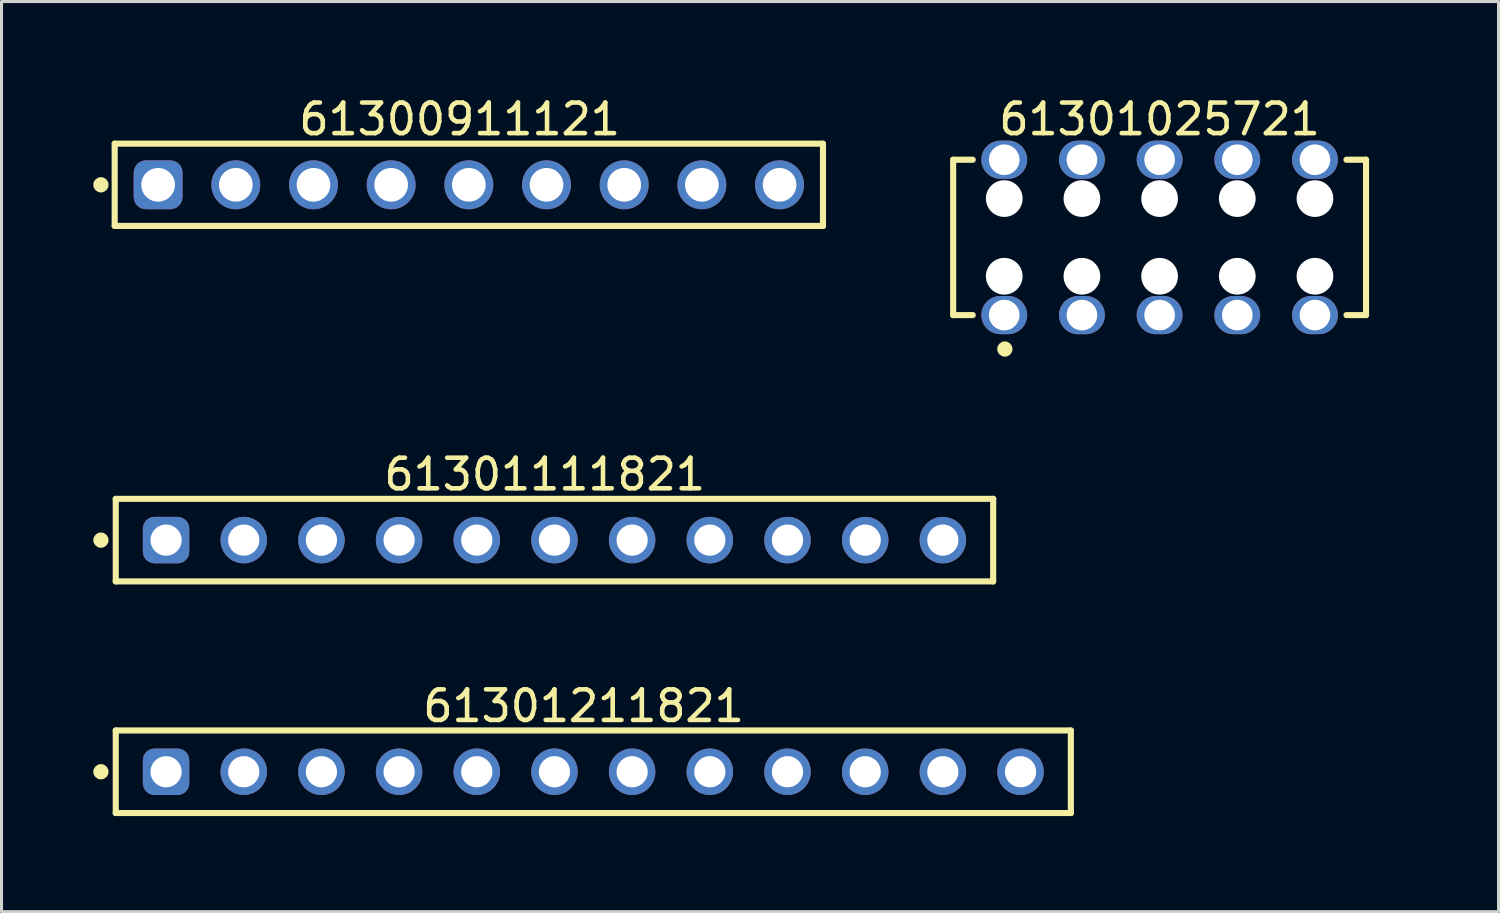
<source format=kicad_pcb>
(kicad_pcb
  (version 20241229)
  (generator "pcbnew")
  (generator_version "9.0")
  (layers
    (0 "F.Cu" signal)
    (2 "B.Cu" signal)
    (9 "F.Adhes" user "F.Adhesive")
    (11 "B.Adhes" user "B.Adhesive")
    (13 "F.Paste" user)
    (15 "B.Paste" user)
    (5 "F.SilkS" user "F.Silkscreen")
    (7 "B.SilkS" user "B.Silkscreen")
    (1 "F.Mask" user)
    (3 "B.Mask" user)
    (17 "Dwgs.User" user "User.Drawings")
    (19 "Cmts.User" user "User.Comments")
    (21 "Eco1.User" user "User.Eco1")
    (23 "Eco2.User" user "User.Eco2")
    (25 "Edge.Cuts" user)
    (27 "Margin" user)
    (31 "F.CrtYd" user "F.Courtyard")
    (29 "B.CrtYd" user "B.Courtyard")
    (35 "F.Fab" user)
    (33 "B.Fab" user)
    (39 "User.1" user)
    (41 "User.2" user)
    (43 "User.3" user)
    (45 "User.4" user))
  (footprint "61301025721"
    (layer "F.Cu")
    (at 34.867 4.713)
    (property "Reference" "61301025721" (at 0 -3.865 0) (layer "F.SilkS") (effects (font (size 1 1) (thickness 0.15))))
    (fp_line (start -6.75 -2.54) (end -6.11 -2.54) (stroke (width 0.2) (type solid)) (layer "F.SilkS"))
    (fp_line (start -6.75 2.54) (end -6.75 -2.54) (stroke (width 0.2) (type solid)) (layer "F.SilkS"))
    (fp_line (start -6.75 2.54) (end -6.11 2.54) (stroke (width 0.2) (type solid)) (layer "F.SilkS"))
    (fp_line (start 6.11 -2.54) (end 6.75 -2.54) (stroke (width 0.2) (type solid)) (layer "F.SilkS"))
    (fp_line (start 6.11 2.54) (end 6.75 2.54) (stroke (width 0.2) (type solid)) (layer "F.SilkS"))
    (fp_line (start 6.75 2.54) (end 6.75 -2.54) (stroke (width 0.2) (type solid)) (layer "F.SilkS"))
    (fp_circle (center -5.06 3.65) (end -5.06 3.525) (stroke (width 0.25) (type solid)) (fill no) (layer "F.SilkS"))
    (fp_line (start -6.95 -3.365) (end 6.95 -3.365) (stroke (width 0.05) (type solid)) (layer "Eco2.User"))
    (fp_line (start -6.95 3.365) (end -6.95 -3.365) (stroke (width 0.05) (type solid)) (layer "Eco2.User"))
    (fp_line (start -6.95 3.365) (end 6.95 3.365) (stroke (width 0.05) (type solid)) (layer "Eco2.User"))
    (fp_line (start -6.65 -2.54) (end 6.65 -2.54) (stroke (width 0.1) (type solid)) (layer "Eco2.User"))
    (fp_line (start -6.65 2.54) (end -6.65 -2.54) (stroke (width 0.1) (type solid)) (layer "Eco2.User"))
    (fp_line (start -6.65 2.54) (end 6.65 2.54) (stroke (width 0.1) (type solid)) (layer "Eco2.User"))
    (fp_line (start -0.5 0) (end 0.5 0) (stroke (width 0.05) (type solid)) (layer "Eco2.User"))
    (fp_line (start 0 0.5) (end 0 -0.5) (stroke (width 0.05) (type solid)) (layer "Eco2.User"))
    (fp_line (start 6.65 2.54) (end 6.65 -2.54) (stroke (width 0.1) (type solid)) (layer "Eco2.User"))
    (fp_line (start 6.95 3.365) (end 6.95 -3.365) (stroke (width 0.05) (type solid)) (layer "Eco2.User"))
    (fp_text user "${REFERENCE}" (at 0.15 -0.197 0) (unlocked yes) (layer "User.3") (effects (font (size 1.5 1.5) (thickness 0.15))))
    (pad "" np_thru_hole circle (at -5.08 -1.27) (size 1.2 1.2) (drill 1.2) (layers "*.Cu" "*.Mask"))
    (pad "" np_thru_hole circle (at -5.08 1.27) (size 1.2 1.2) (drill 1.2) (layers "*.Cu" "*.Mask"))
    (pad "" np_thru_hole circle (at -2.54 -1.27) (size 1.2 1.2) (drill 1.2) (layers "*.Cu" "*.Mask"))
    (pad "" np_thru_hole circle (at -2.54 1.27) (size 1.2 1.2) (drill 1.2) (layers "*.Cu" "*.Mask"))
    (pad "" np_thru_hole circle (at 0 -1.27) (size 1.2 1.2) (drill 1.2) (layers "*.Cu" "*.Mask"))
    (pad "" np_thru_hole circle (at 0 1.27) (size 1.2 1.2) (drill 1.2) (layers "*.Cu" "*.Mask"))
    (pad "" np_thru_hole circle (at 2.54 -1.27) (size 1.2 1.2) (drill 1.2) (layers "*.Cu" "*.Mask"))
    (pad "" np_thru_hole circle (at 2.54 1.27) (size 1.2 1.2) (drill 1.2) (layers "*.Cu" "*.Mask"))
    (pad "" np_thru_hole circle (at 5.08 -1.27) (size 1.2 1.2) (drill 1.2) (layers "*.Cu" "*.Mask"))
    (pad "" np_thru_hole circle (at 5.08 1.27) (size 1.2 1.2) (drill 1.2) (layers "*.Cu" "*.Mask"))
    (pad "1" thru_hole oval (at -5.08 2.54) (size 1.5 1.25) (drill 1) (layers "*.Cu" "*.Mask"))
    (pad "2" thru_hole oval (at -5.08 -2.54) (size 1.5 1.25) (drill 1) (layers "*.Cu" "*.Mask"))
    (pad "3" thru_hole oval (at -2.54 2.54) (size 1.5 1.25) (drill 1) (layers "*.Cu" "*.Mask"))
    (pad "4" thru_hole oval (at -2.54 -2.54) (size 1.5 1.25) (drill 1) (layers "*.Cu" "*.Mask"))
    (pad "5" thru_hole oval (at 0 2.54) (size 1.5 1.25) (drill 1) (layers "*.Cu" "*.Mask"))
    (pad "6" thru_hole oval (at 0 -2.54) (size 1.5 1.25) (drill 1) (layers "*.Cu" "*.Mask"))
    (pad "7" thru_hole oval (at 2.54 2.54) (size 1.5 1.25) (drill 1) (layers "*.Cu" "*.Mask"))
    (pad "8" thru_hole oval (at 2.54 -2.54) (size 1.5 1.25) (drill 1) (layers "*.Cu" "*.Mask"))
    (pad "9" thru_hole oval (at 5.08 2.54) (size 1.5 1.25) (drill 1) (layers "*.Cu" "*.Mask"))
    (pad "10" thru_hole oval (at 5.08 -2.54) (size 1.5 1.25) (drill 1) (layers "*.Cu" "*.Mask")))
  (footprint "61301111821"
    (layer "F.Cu")
    (at 15.08 14.611)
    (property "Reference" "61301111821" (at -0.318 -2.15 0) (layer "F.SilkS") (effects (font (size 1 1) (thickness 0.15))))
    (fp_line (start -14.345 -1.35) (end 14.345 -1.35) (stroke (width 0.2) (type solid)) (layer "F.SilkS"))
    (fp_line (start -14.345 1.35) (end -14.345 -1.35) (stroke (width 0.2) (type solid)) (layer "F.SilkS"))
    (fp_line (start -14.345 1.35) (end 14.345 1.35) (stroke (width 0.2) (type solid)) (layer "F.SilkS"))
    (fp_line (start 14.345 1.35) (end 14.345 -1.35) (stroke (width 0.2) (type solid)) (layer "F.SilkS"))
    (fp_circle (center -14.83 0) (end -14.83 -0.125) (stroke (width 0.25) (type solid)) (fill no) (layer "F.SilkS"))
    (fp_line (start -14.545 -1.55) (end 14.545 -1.55) (stroke (width 0.05) (type solid)) (layer "Eco2.User"))
    (fp_line (start -14.545 1.55) (end -14.545 -1.55) (stroke (width 0.05) (type solid)) (layer "Eco2.User"))
    (fp_line (start -14.545 1.55) (end 14.545 1.55) (stroke (width 0.05) (type solid)) (layer "Eco2.User"))
    (fp_line (start -14.22 -1.25) (end 14.22 -1.25) (stroke (width 0.1) (type solid)) (layer "Eco2.User"))
    (fp_line (start -14.22 1.25) (end -14.22 -1.25) (stroke (width 0.1) (type solid)) (layer "Eco2.User"))
    (fp_line (start -14.22 1.25) (end 14.22 1.25) (stroke (width 0.1) (type solid)) (layer "Eco2.User"))
    (fp_line (start -0.5 0) (end 0.5 0) (stroke (width 0.05) (type solid)) (layer "Eco2.User"))
    (fp_line (start 0 0.5) (end 0 -0.5) (stroke (width 0.05) (type solid)) (layer "Eco2.User"))
    (fp_line (start 14.22 1.25) (end 14.22 -1.25) (stroke (width 0.1) (type solid)) (layer "Eco2.User"))
    (fp_line (start 14.545 1.55) (end 14.545 -1.55) (stroke (width 0.05) (type solid)) (layer "Eco2.User"))
    (fp_text user "${REFERENCE}" (at 0.15 -0.197 0) (unlocked yes) (layer "User.3") (effects (font (size 1.5 1.5) (thickness 0.15))))
    (pad "1" thru_hole roundrect (at -12.7 0) (size 1.52 1.52) (drill 1.02) (layers "*.Cu" "*.Mask") (roundrect_rratio 0.25))
    (pad "2" thru_hole circle (at -10.16 0) (size 1.52 1.52) (drill 1.02) (layers "*.Cu" "*.Mask"))
    (pad "3" thru_hole circle (at -7.62 0) (size 1.52 1.52) (drill 1.02) (layers "*.Cu" "*.Mask"))
    (pad "4" thru_hole circle (at -5.08 0) (size 1.52 1.52) (drill 1.02) (layers "*.Cu" "*.Mask"))
    (pad "5" thru_hole circle (at -2.54 0) (size 1.52 1.52) (drill 1.02) (layers "*.Cu" "*.Mask"))
    (pad "6" thru_hole circle (at 0 0) (size 1.52 1.52) (drill 1.02) (layers "*.Cu" "*.Mask"))
    (pad "7" thru_hole circle (at 2.54 0) (size 1.52 1.52) (drill 1.02) (layers "*.Cu" "*.Mask"))
    (pad "8" thru_hole circle (at 5.08 0) (size 1.52 1.52) (drill 1.02) (layers "*.Cu" "*.Mask"))
    (pad "9" thru_hole circle (at 7.62 0) (size 1.52 1.52) (drill 1.02) (layers "*.Cu" "*.Mask"))
    (pad "10" thru_hole circle (at 10.16 0) (size 1.52 1.52) (drill 1.02) (layers "*.Cu" "*.Mask"))
    (pad "11" thru_hole circle (at 12.7 0) (size 1.52 1.52) (drill 1.02) (layers "*.Cu" "*.Mask")))
  (footprint "61300911121"
    (layer "F.Cu")
    (at 12.28 2.993)
    (property "Reference" "61300911121" (at -0.3 -2.145 0) (layer "F.SilkS") (effects (font (size 1 1) (thickness 0.15))))
    (fp_line (start -11.58 -1.345) (end 11.58 -1.345) (stroke (width 0.2) (type solid)) (layer "F.SilkS"))
    (fp_line (start -11.58 1.345) (end -11.58 -1.345) (stroke (width 0.2) (type solid)) (layer "F.SilkS"))
    (fp_line (start -11.58 1.345) (end 11.58 1.345) (stroke (width 0.2) (type solid)) (layer "F.SilkS"))
    (fp_line (start 11.58 1.345) (end 11.58 -1.345) (stroke (width 0.2) (type solid)) (layer "F.SilkS"))
    (fp_circle (center -12.03 0) (end -12.03 -0.125) (stroke (width 0.25) (type solid)) (fill no) (layer "F.SilkS"))
    (fp_line (start -11.78 -1.545) (end 11.78 -1.545) (stroke (width 0.05) (type solid)) (layer "Eco2.User"))
    (fp_line (start -11.78 1.545) (end -11.78 -1.545) (stroke (width 0.05) (type solid)) (layer "Eco2.User"))
    (fp_line (start -11.78 1.545) (end 11.78 1.545) (stroke (width 0.05) (type solid)) (layer "Eco2.User"))
    (fp_line (start -11.43 -1.27) (end 11.43 -1.27) (stroke (width 0.1) (type solid)) (layer "Eco2.User"))
    (fp_line (start -11.43 1.27) (end -11.43 -1.27) (stroke (width 0.1) (type solid)) (layer "Eco2.User"))
    (fp_line (start -11.43 1.27) (end 11.43 1.27) (stroke (width 0.1) (type solid)) (layer "Eco2.User"))
    (fp_line (start -0.5 0) (end 0.5 0) (stroke (width 0.05) (type solid)) (layer "Eco2.User"))
    (fp_line (start 0 0.5) (end 0 -0.5) (stroke (width 0.05) (type solid)) (layer "Eco2.User"))
    (fp_line (start 11.43 1.27) (end 11.43 -1.27) (stroke (width 0.1) (type solid)) (layer "Eco2.User"))
    (fp_line (start 11.78 1.545) (end 11.78 -1.545) (stroke (width 0.05) (type solid)) (layer "Eco2.User"))
    (fp_text user "${REFERENCE}" (at 0.15 -0.197 0) (unlocked yes) (layer "User.3") (effects (font (size 1.5 1.5) (thickness 0.15))))
    (pad "1" thru_hole roundrect (at -10.16 0) (size 1.6 1.6) (drill 1.1) (layers "*.Cu" "*.Mask") (roundrect_rratio 0.25))
    (pad "2" thru_hole circle (at -7.62 0) (size 1.6 1.6) (drill 1.1) (layers "*.Cu" "*.Mask"))
    (pad "3" thru_hole circle (at -5.08 0) (size 1.6 1.6) (drill 1.1) (layers "*.Cu" "*.Mask"))
    (pad "4" thru_hole circle (at -2.54 0) (size 1.6 1.6) (drill 1.1) (layers "*.Cu" "*.Mask"))
    (pad "5" thru_hole circle (at 0 0) (size 1.6 1.6) (drill 1.1) (layers "*.Cu" "*.Mask"))
    (pad "6" thru_hole circle (at 2.54 0) (size 1.6 1.6) (drill 1.1) (layers "*.Cu" "*.Mask"))
    (pad "7" thru_hole circle (at 5.08 0) (size 1.6 1.6) (drill 1.1) (layers "*.Cu" "*.Mask"))
    (pad "8" thru_hole circle (at 7.62 0) (size 1.6 1.6) (drill 1.1) (layers "*.Cu" "*.Mask"))
    (pad "9" thru_hole circle (at 10.16 0) (size 1.6 1.6) (drill 1.1) (layers "*.Cu" "*.Mask")))
  (footprint "61301211821"
    (layer "F.Cu")
    (at 16.35 22.185)
    (property "Reference" "61301211821" (at -0.318 -2.15 0) (layer "F.SilkS") (effects (font (size 1 1) (thickness 0.15))))
    (fp_line (start -15.615 -1.35) (end 15.615 -1.35) (stroke (width 0.2) (type solid)) (layer "F.SilkS"))
    (fp_line (start -15.615 1.35) (end -15.615 -1.35) (stroke (width 0.2) (type solid)) (layer "F.SilkS"))
    (fp_line (start -15.615 1.35) (end 15.615 1.35) (stroke (width 0.2) (type solid)) (layer "F.SilkS"))
    (fp_line (start 15.615 1.35) (end 15.615 -1.35) (stroke (width 0.2) (type solid)) (layer "F.SilkS"))
    (fp_circle (center -16.1 0) (end -16.1 -0.125) (stroke (width 0.25) (type solid)) (fill no) (layer "F.SilkS"))
    (fp_line (start -15.815 -1.55) (end 15.815 -1.55) (stroke (width 0.05) (type solid)) (layer "Eco2.User"))
    (fp_line (start -15.815 1.55) (end -15.815 -1.55) (stroke (width 0.05) (type solid)) (layer "Eco2.User"))
    (fp_line (start -15.815 1.55) (end 15.815 1.55) (stroke (width 0.05) (type solid)) (layer "Eco2.User"))
    (fp_line (start -15.49 -1.25) (end 15.49 -1.25) (stroke (width 0.1) (type solid)) (layer "Eco2.User"))
    (fp_line (start -15.49 1.25) (end -15.49 -1.25) (stroke (width 0.1) (type solid)) (layer "Eco2.User"))
    (fp_line (start -15.49 1.25) (end 15.49 1.25) (stroke (width 0.1) (type solid)) (layer "Eco2.User"))
    (fp_line (start -0.5 0) (end 0.5 0) (stroke (width 0.05) (type solid)) (layer "Eco2.User"))
    (fp_line (start 0 0.5) (end 0 -0.5) (stroke (width 0.05) (type solid)) (layer "Eco2.User"))
    (fp_line (start 15.49 1.25) (end 15.49 -1.25) (stroke (width 0.1) (type solid)) (layer "Eco2.User"))
    (fp_line (start 15.815 1.55) (end 15.815 -1.55) (stroke (width 0.05) (type solid)) (layer "Eco2.User"))
    (fp_text user "${REFERENCE}" (at 0.15 -0.197 0) (unlocked yes) (layer "User.3") (effects (font (size 1.5 1.5) (thickness 0.15))))
    (pad "1" thru_hole roundrect (at -13.97 0) (size 1.52 1.52) (drill 1.02) (layers "*.Cu" "*.Mask") (roundrect_rratio 0.25))
    (pad "2" thru_hole circle (at -11.43 0) (size 1.52 1.52) (drill 1.02) (layers "*.Cu" "*.Mask"))
    (pad "3" thru_hole circle (at -8.89 0) (size 1.52 1.52) (drill 1.02) (layers "*.Cu" "*.Mask"))
    (pad "4" thru_hole circle (at -6.35 0) (size 1.52 1.52) (drill 1.02) (layers "*.Cu" "*.Mask"))
    (pad "5" thru_hole circle (at -3.81 0) (size 1.52 1.52) (drill 1.02) (layers "*.Cu" "*.Mask"))
    (pad "6" thru_hole circle (at -1.27 0) (size 1.52 1.52) (drill 1.02) (layers "*.Cu" "*.Mask"))
    (pad "7" thru_hole circle (at 1.27 0) (size 1.52 1.52) (drill 1.02) (layers "*.Cu" "*.Mask"))
    (pad "8" thru_hole circle (at 3.81 0) (size 1.52 1.52) (drill 1.02) (layers "*.Cu" "*.Mask"))
    (pad "9" thru_hole circle (at 6.35 0) (size 1.52 1.52) (drill 1.02) (layers "*.Cu" "*.Mask"))
    (pad "10" thru_hole circle (at 8.89 0) (size 1.52 1.52) (drill 1.02) (layers "*.Cu" "*.Mask"))
    (pad "11" thru_hole circle (at 11.43 0) (size 1.52 1.52) (drill 1.02) (layers "*.Cu" "*.Mask"))
    (pad "12" thru_hole circle (at 13.97 0) (size 1.52 1.52) (drill 1.02) (layers "*.Cu" "*.Mask")))
  (gr_rect
    (start -3 -3)
    (end 45.949 26.76)
    (stroke (width 0.1) (type default))
    (fill no)
    (layer "Edge.Cuts")))
</source>
